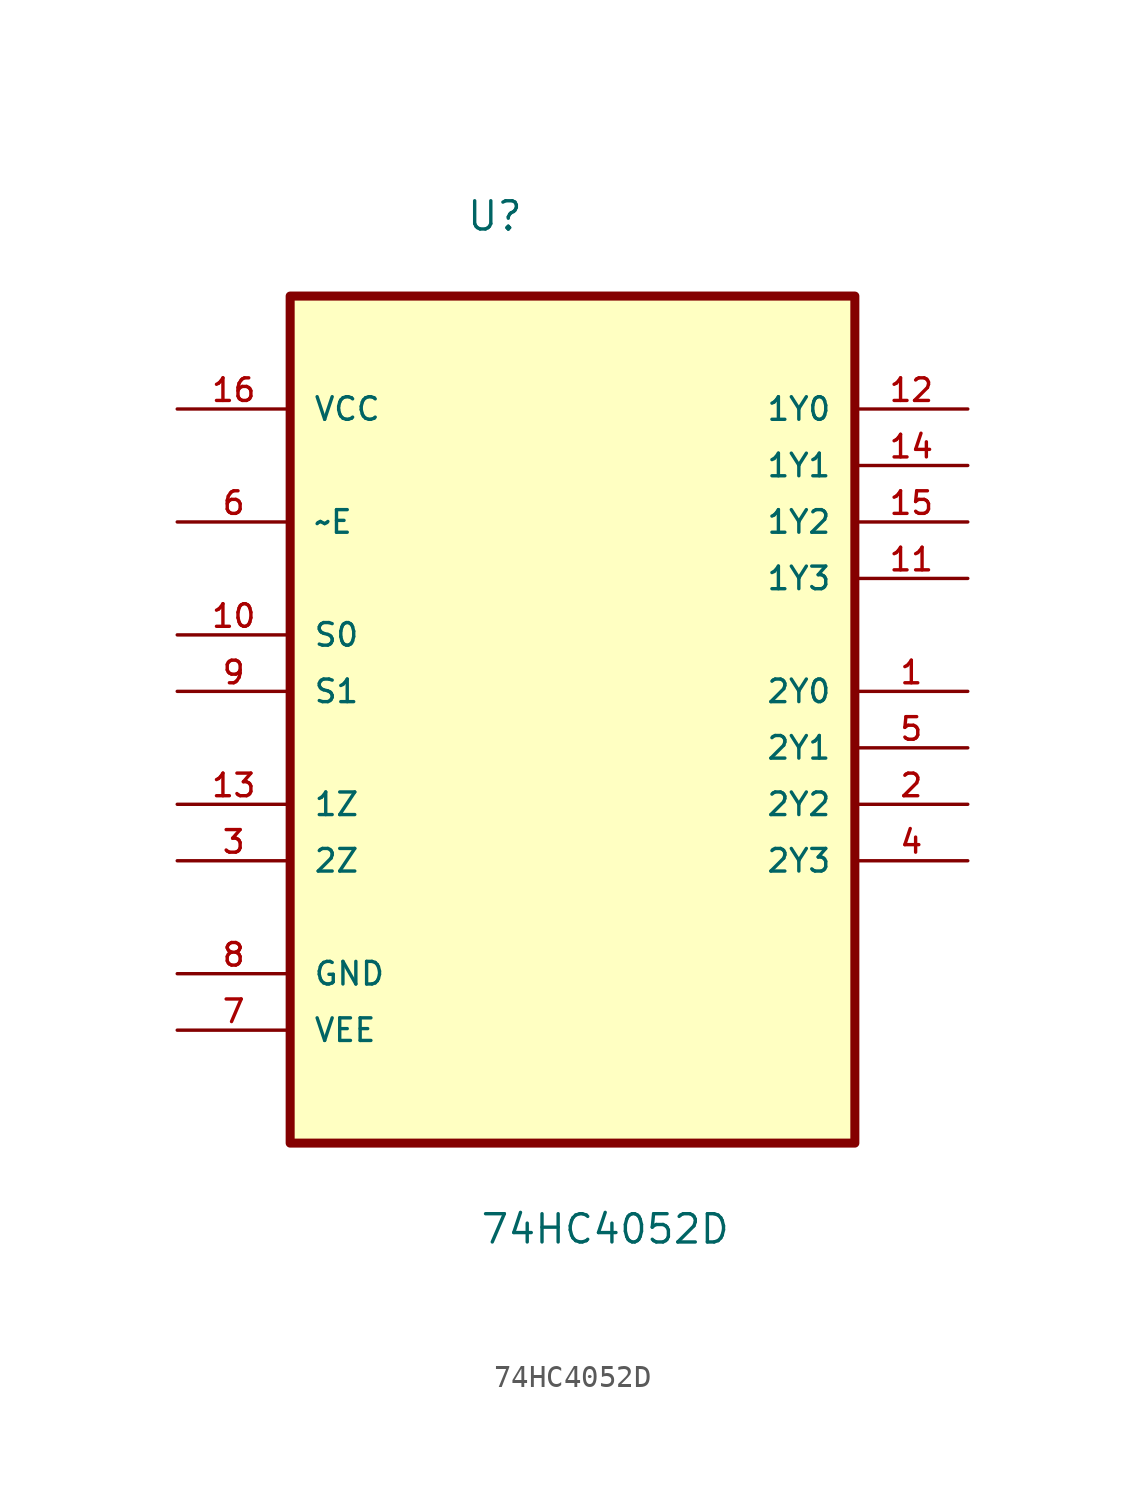
<source format=kicad_sym>
(kicad_symbol_lib
  (version 20220914)
  (generator kicad_symbol_editor)
  (symbol "74HC4052D"
    (pin_names
      (offset 1.016))
    (property "Reference" "U"
      (at -4.803 18.094 0)
      (effects (font (size 1.27 1.27)) (justify left bottom)))
    (property "Value" "74HC4052D"
      (at -4.193 -27.47 0)
      (effects (font (size 1.27 1.27)) (justify left bottom)))
    (symbol "74HC4052D_0_0"
      (rectangle (start -12.7 -22.86) (end 12.7 15.24) (stroke (width 0.406) (type default)) (fill (type background)))
      (pin bidirectional line (at 17.78 -2.54 180) (length 5.08) (name "2Y0" (effects (font (size 1.016 1.016)))) (number "1" (effects (font (size 1.016 1.016)))))
      (pin input line (at -17.78 0 0) (length 5.08) (name "S0" (effects (font (size 1.016 1.016)))) (number "10" (effects (font (size 1.016 1.016)))))
      (pin bidirectional line (at 17.78 2.54 180) (length 5.08) (name "1Y3" (effects (font (size 1.016 1.016)))) (number "11" (effects (font (size 1.016 1.016)))))
      (pin bidirectional line (at 17.78 10.16 180) (length 5.08) (name "1Y0" (effects (font (size 1.016 1.016)))) (number "12" (effects (font (size 1.016 1.016)))))
      (pin bidirectional line (at -17.78 -7.62 0) (length 5.08) (name "1Z" (effects (font (size 1.016 1.016)))) (number "13" (effects (font (size 1.016 1.016)))))
      (pin bidirectional line (at 17.78 7.62 180) (length 5.08) (name "1Y1" (effects (font (size 1.016 1.016)))) (number "14" (effects (font (size 1.016 1.016)))))
      (pin bidirectional line (at 17.78 5.08 180) (length 5.08) (name "1Y2" (effects (font (size 1.016 1.016)))) (number "15" (effects (font (size 1.016 1.016)))))
      (pin power_in line (at -17.78 10.16 0) (length 5.08) (name "VCC" (effects (font (size 1.016 1.016)))) (number "16" (effects (font (size 1.016 1.016)))))
      (pin bidirectional line (at 17.78 -7.62 180) (length 5.08) (name "2Y2" (effects (font (size 1.016 1.016)))) (number "2" (effects (font (size 1.016 1.016)))))
      (pin bidirectional line (at -17.78 -10.16 0) (length 5.08) (name "2Z" (effects (font (size 1.016 1.016)))) (number "3" (effects (font (size 1.016 1.016)))))
      (pin bidirectional line (at 17.78 -10.16 180) (length 5.08) (name "2Y3" (effects (font (size 1.016 1.016)))) (number "4" (effects (font (size 1.016 1.016)))))
      (pin bidirectional line (at 17.78 -5.08 180) (length 5.08) (name "2Y1" (effects (font (size 1.016 1.016)))) (number "5" (effects (font (size 1.016 1.016)))))
      (pin input line (at -17.78 5.08 0) (length 5.08) (name "~E" (effects (font (size 1.016 1.016)))) (number "6" (effects (font (size 1.016 1.016)))))
      (pin passive line (at -17.78 -15.24 0) (length 5.08) (name "GND" (effects (font (size 1.016 1.016)))) (number "8" (effects (font (size 1.016 1.016)))))
      (pin input line (at -17.78 -2.54 0) (length 5.08) (name "S1" (effects (font (size 1.016 1.016)))) (number "9" (effects (font (size 1.016 1.016))))))
    (symbol "74HC4052D_1_0"
      (pin input line (at -17.78 -17.78 0) (length 5.08) (name "VEE" (effects (font (size 1.016 1.016)))) (number "7" (effects (font (size 1.016 1.016))))))))
</source>
